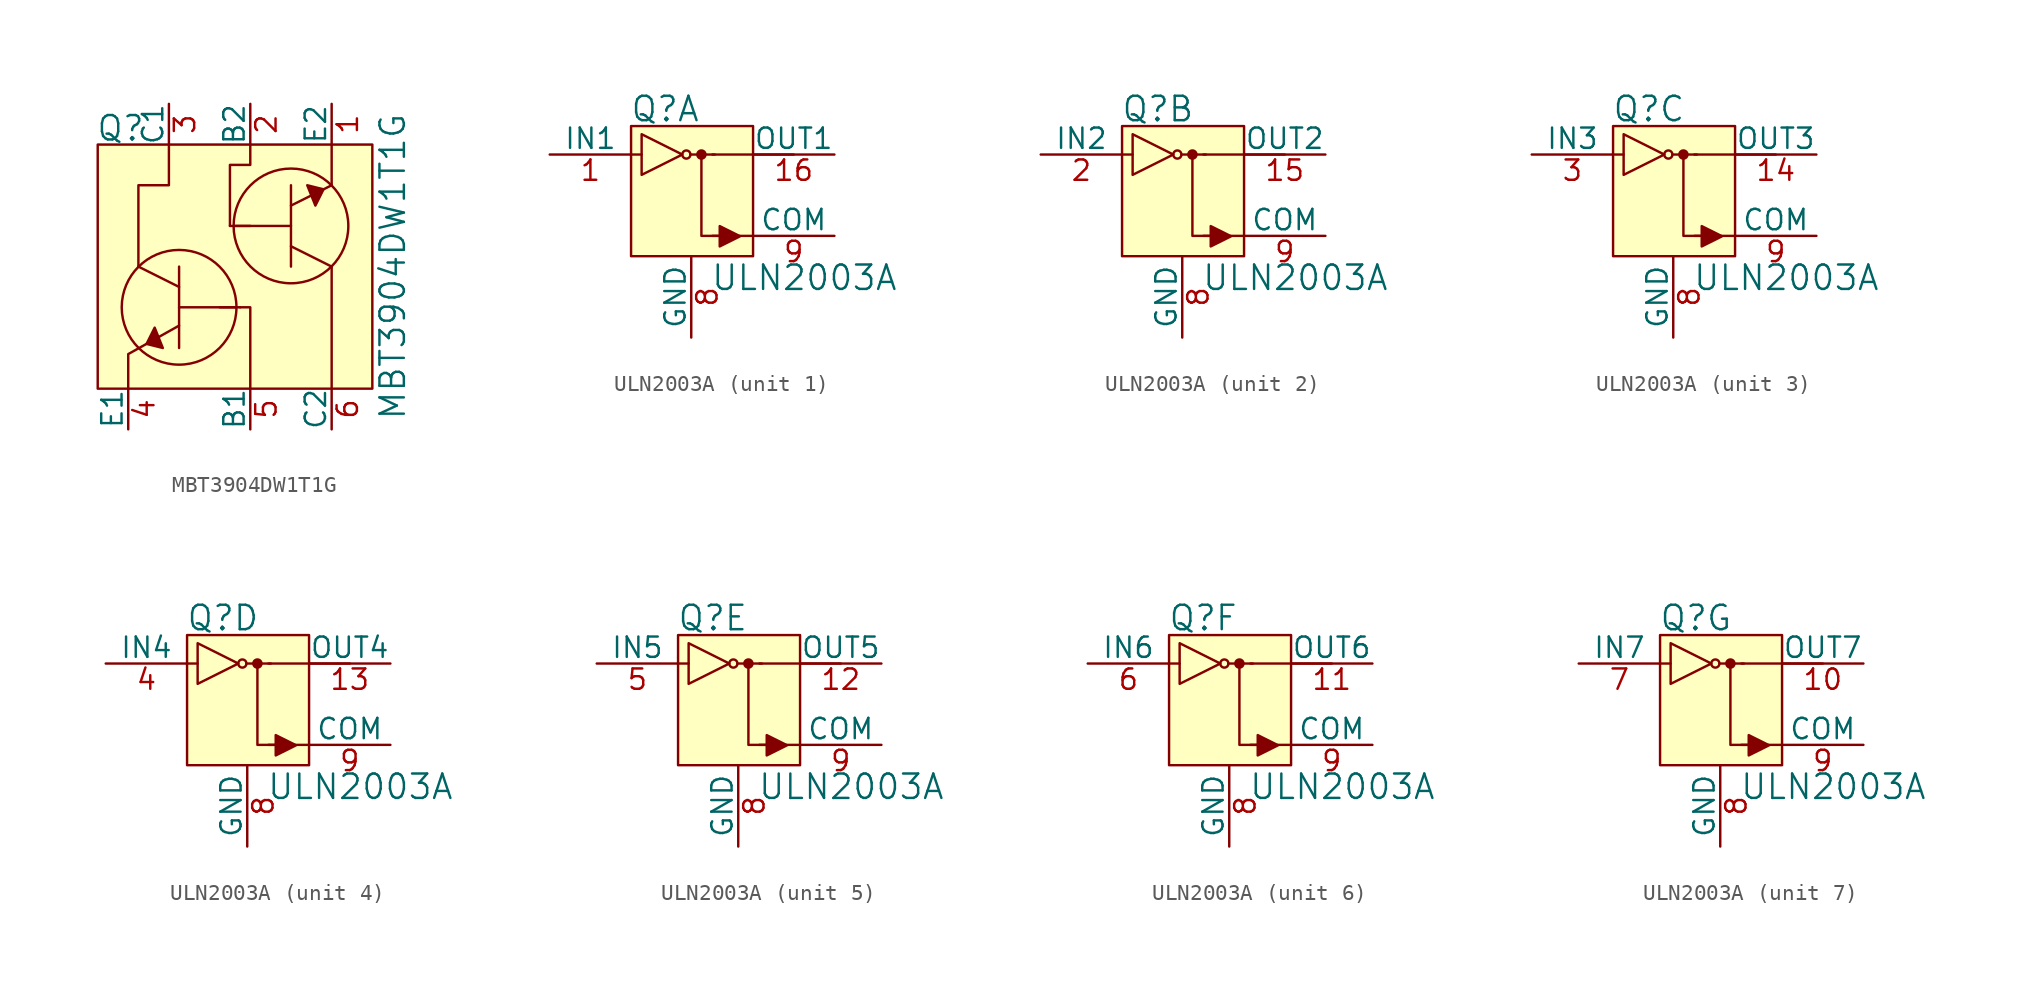
<source format=kicad_sym>
(kicad_symbol_lib
  (version 20211014)
  (generator kicad_symbol_editor)
  (symbol "MBT3904DW1T1G"
    (pin_names
      (offset 0))
    (property "Reference" "Q"
      (at -9.652 8.636 0)
      (effects (font (size 1.524 1.524)) (justify left)))
    (property "Value" "MBT3904DW1T1G"
      (at 8.89 0 90)
      (effects (font (size 1.524 1.524))))
    (symbol "MBT3904DW1T1G_0_1"
      (rectangle (start -9.525 7.62) (end 7.62 -7.62) (stroke (width 0) (type default) (color 0 0 0 0)) (fill (type background)))
      (circle (center -4.445 -2.54) (radius 3.581) (stroke (width 0) (type default) (color 0 0 0 0)) (fill (type none)))
      (polyline (pts (xy -4.445 -1.27) (xy -6.985 0)) (stroke (width 0) (type default) (color 0 0 0 0)) (fill (type none)))
      (polyline (pts (xy -4.445 0) (xy -4.445 -5.08)) (stroke (width 0) (type default) (color 0 0 0 0)) (fill (type none)))
      (polyline (pts (xy -1.27 2.54) (xy 0 2.54)) (stroke (width 0) (type default) (color 0 0 0 0)) (fill (type none)))
      (polyline (pts (xy -1.016 2.54) (xy 2.54 2.54)) (stroke (width 0) (type default) (color 0 0 0 0)) (fill (type none)))
      (polyline (pts (xy -0.889 -2.54) (xy -4.445 -2.54)) (stroke (width 0) (type default) (color 0 0 0 0)) (fill (type none)))
      (polyline (pts (xy -0.635 -2.54) (xy -1.905 -2.54)) (stroke (width 0) (type default) (color 0 0 0 0)) (fill (type none)))
      (polyline (pts (xy 2.54 0) (xy 2.54 5.08)) (stroke (width 0) (type default) (color 0 0 0 0)) (fill (type none)))
      (polyline (pts (xy 2.54 1.27) (xy 5.08 0)) (stroke (width 0) (type default) (color 0 0 0 0)) (fill (type none)))
      (polyline (pts (xy 2.54 3.81) (xy 5.08 5.08)) (stroke (width 0) (type default) (color 0 0 0 0)) (fill (type none)))
      (polyline (pts (xy 5.08 5.08) (xy 5.08 7.62)) (stroke (width 0) (type default) (color 0 0 0 0)) (fill (type none)))
      (polyline (pts (xy -4.445 -3.683) (xy -7.62 -5.461) (xy -7.62 -7.62)) (stroke (width 0) (type default) (color 0 0 0 0)) (fill (type none)))
      (polyline (pts (xy -0.635 -2.54) (xy 0 -2.54) (xy 0 -7.62)) (stroke (width 0) (type default) (color 0 0 0 0)) (fill (type none)))
      (polyline (pts (xy 5.08 0) (xy 5.08 -6.985) (xy 5.08 -7.62)) (stroke (width 0) (type default) (color 0 0 0 0)) (fill (type none)))
      (polyline (pts (xy -6.985 0) (xy -6.985 5.08) (xy -5.08 5.08) (xy -5.08 7.62)) (stroke (width 0) (type default) (color 0 0 0 0)) (fill (type none)))
      (polyline (pts (xy -5.969 -3.81) (xy -6.477 -4.826) (xy -5.461 -5.08) (xy -5.969 -3.81)) (stroke (width 0) (type default) (color 0 0 0 0)) (fill (type outline)))
      (polyline (pts (xy -1.27 2.54) (xy -1.27 6.35) (xy 0 6.35) (xy 0 7.62)) (stroke (width 0) (type default) (color 0 0 0 0)) (fill (type none)))
      (polyline (pts (xy 4.064 3.81) (xy 4.572 4.826) (xy 3.556 5.08) (xy 4.064 3.81)) (stroke (width 0) (type default) (color 0 0 0 0)) (fill (type outline)))
      (circle (center 2.54 2.54) (radius 3.581) (stroke (width 0) (type default) (color 0 0 0 0)) (fill (type none))))
    (symbol "MBT3904DW1T1G_1_1"
      (pin passive line (at 5.08 10.16 270) (length 2.54) (name "E2" (effects (font (size 1.27 1.27)))) (number "1" (effects (font (size 1.27 1.27)))))
      (pin input line (at 0 10.16 270) (length 2.54) (name "B2" (effects (font (size 1.27 1.27)))) (number "2" (effects (font (size 1.27 1.27)))))
      (pin passive line (at -5.08 10.16 270) (length 2.54) (name "C1" (effects (font (size 1.27 1.27)))) (number "3" (effects (font (size 1.27 1.27)))))
      (pin passive line (at -7.62 -10.16 90) (length 2.54) (name "E1" (effects (font (size 1.27 1.27)))) (number "4" (effects (font (size 1.27 1.27)))))
      (pin input line (at 0 -10.16 90) (length 2.54) (name "B1" (effects (font (size 1.27 1.27)))) (number "5" (effects (font (size 1.27 1.27)))))
      (pin passive line (at 5.08 -10.16 90) (length 2.54) (name "C2" (effects (font (size 1.27 1.27)))) (number "6" (effects (font (size 1.27 1.27)))))))
  (symbol "ULN2003A"
    (pin_names
      (offset 0))
    (property "Reference" "Q"
      (at -3.835 5.41 0)
      (effects (font (size 1.524 1.524)) (justify left)))
    (property "Value" "ULN2003A"
      (at 1.194 -5.131 0)
      (effects (font (size 1.524 1.524)) (justify left)))
    (property "ki_locked" ""
      (at 0 0 0)
      (effects (font (size 1.27 1.27))))
    (symbol "ULN2003A_0_1"
      (rectangle (start -3.759 4.343) (end 3.861 -3.785) (stroke (width 0) (type default) (color 0 0 0 0)) (fill (type background)))
      (circle (center -0.305 2.565) (radius 0.254) (stroke (width 0) (type default) (color 0 0 0 0)) (fill (type none)))
      (polyline (pts (xy -3.785 2.565) (xy -3.099 2.565)) (stroke (width 0) (type default) (color 0 0 0 0)) (fill (type none)))
      (polyline (pts (xy -0.051 2.565) (xy 1.473 2.565)) (stroke (width 0) (type default) (color 0 0 0 0)) (fill (type none)))
      (polyline (pts (xy 1.321 2.565) (xy 6.401 2.565)) (stroke (width 0) (type default) (color 0 0 0 0)) (fill (type none)))
      (polyline (pts (xy 3.861 -2.515) (xy 1.321 -2.515)) (stroke (width 0) (type default) (color 0 0 0 0)) (fill (type none)))
      (polyline (pts (xy 2.159 -2.515) (xy 0.635 -2.515) (xy 0.635 2.565)) (stroke (width 0) (type default) (color 0 0 0 0)) (fill (type none)))
      (polyline (pts (xy -3.099 3.835) (xy -3.099 1.295) (xy -0.559 2.565) (xy -3.099 3.835)) (stroke (width 0) (type default) (color 0 0 0 0)) (fill (type none)))
      (polyline (pts (xy 1.778 -1.905) (xy 1.778 -3.175) (xy 3.048 -2.54) (xy 1.778 -1.905)) (stroke (width 0) (type default) (color 0 0 0 0)) (fill (type outline)))
      (circle (center 0.635 2.565) (radius 0.254) (stroke (width 0) (type default) (color 0 0 0 0)) (fill (type outline)))
      (pin power_in line (at 0 -8.865 90) (length 5.08) (name "GND" (effects (font (size 1.27 1.27)))) (number "8" (effects (font (size 1.27 1.27)))))
      (pin output line (at 8.941 -2.515 180) (length 5.08) (name "COM" (effects (font (size 1.27 1.27)))) (number "9" (effects (font (size 1.27 1.27))))))
    (symbol "ULN2003A_1_1"
      (pin input line (at -8.839 2.565 0) (length 5.08) (name "IN1" (effects (font (size 1.27 1.27)))) (number "1" (effects (font (size 1.27 1.27)))))
      (pin output line (at 8.941 2.565 180) (length 5.08) (name "OUT1" (effects (font (size 1.27 1.27)))) (number "16" (effects (font (size 1.27 1.27))))))
    (symbol "ULN2003A_2_1"
      (pin output line (at 8.941 2.565 180) (length 5.08) (name "OUT2" (effects (font (size 1.27 1.27)))) (number "15" (effects (font (size 1.27 1.27)))))
      (pin input line (at -8.839 2.565 0) (length 5.08) (name "IN2" (effects (font (size 1.27 1.27)))) (number "2" (effects (font (size 1.27 1.27))))))
    (symbol "ULN2003A_3_1"
      (pin output line (at 8.941 2.565 180) (length 5.08) (name "OUT3" (effects (font (size 1.27 1.27)))) (number "14" (effects (font (size 1.27 1.27)))))
      (pin input line (at -8.839 2.565 0) (length 5.08) (name "IN3" (effects (font (size 1.27 1.27)))) (number "3" (effects (font (size 1.27 1.27))))))
    (symbol "ULN2003A_4_1"
      (pin output line (at 8.941 2.565 180) (length 5.08) (name "OUT4" (effects (font (size 1.27 1.27)))) (number "13" (effects (font (size 1.27 1.27)))))
      (pin input line (at -8.839 2.565 0) (length 5.08) (name "IN4" (effects (font (size 1.27 1.27)))) (number "4" (effects (font (size 1.27 1.27))))))
    (symbol "ULN2003A_5_1"
      (pin output line (at 8.941 2.565 180) (length 5.08) (name "OUT5" (effects (font (size 1.27 1.27)))) (number "12" (effects (font (size 1.27 1.27)))))
      (pin input line (at -8.839 2.565 0) (length 5.08) (name "IN5" (effects (font (size 1.27 1.27)))) (number "5" (effects (font (size 1.27 1.27))))))
    (symbol "ULN2003A_6_1"
      (pin output line (at 8.941 2.565 180) (length 5.08) (name "OUT6" (effects (font (size 1.27 1.27)))) (number "11" (effects (font (size 1.27 1.27)))))
      (pin input line (at -8.839 2.565 0) (length 5.08) (name "IN6" (effects (font (size 1.27 1.27)))) (number "6" (effects (font (size 1.27 1.27))))))
    (symbol "ULN2003A_7_1"
      (pin output line (at 8.941 2.565 180) (length 5.08) (name "OUT7" (effects (font (size 1.27 1.27)))) (number "10" (effects (font (size 1.27 1.27)))))
      (pin input line (at -8.839 2.565 0) (length 5.08) (name "IN7" (effects (font (size 1.27 1.27)))) (number "7" (effects (font (size 1.27 1.27))))))))
</source>
